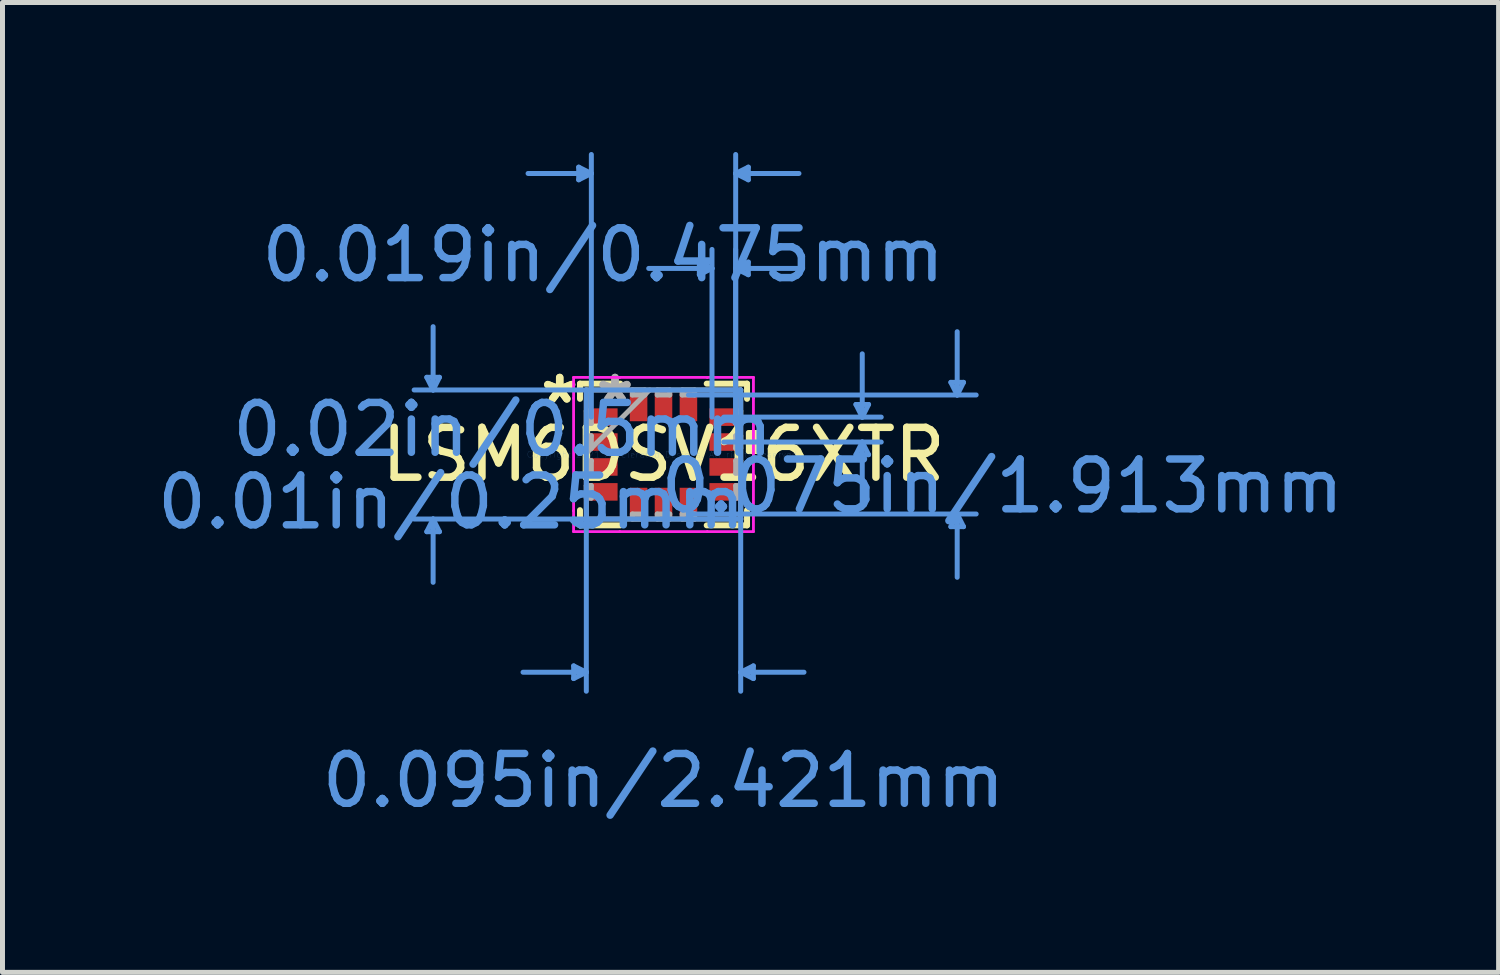
<source format=kicad_pcb>
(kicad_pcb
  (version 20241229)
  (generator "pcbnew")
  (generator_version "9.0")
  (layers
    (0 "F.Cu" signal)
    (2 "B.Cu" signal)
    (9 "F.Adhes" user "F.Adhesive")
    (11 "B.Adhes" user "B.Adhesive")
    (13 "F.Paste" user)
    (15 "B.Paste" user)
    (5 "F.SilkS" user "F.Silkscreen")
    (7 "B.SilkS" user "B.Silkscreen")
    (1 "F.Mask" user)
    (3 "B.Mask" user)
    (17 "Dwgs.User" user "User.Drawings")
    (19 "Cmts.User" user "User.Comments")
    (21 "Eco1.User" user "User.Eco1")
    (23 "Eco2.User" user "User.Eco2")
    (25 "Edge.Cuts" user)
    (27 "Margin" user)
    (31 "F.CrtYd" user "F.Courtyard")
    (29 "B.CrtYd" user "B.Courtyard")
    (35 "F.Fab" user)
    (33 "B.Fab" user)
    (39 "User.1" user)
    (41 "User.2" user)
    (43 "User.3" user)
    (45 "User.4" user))
  (footprint "LSM6DSV16XTR"
    (layer "F.Cu")
    (at 10.264 6.07)
    (property "Reference" "LSM6DSV16XTR" (at 0 0 0) (layer "F.SilkS") (effects (font (size 1 1) (thickness 0.15))))
    (attr through_hole)
    (fp_line (start -1.676 -1.422) (end -1.676 -1.117) (stroke (width 0.12) (type solid)) (layer "F.SilkS"))
    (fp_line (start -1.676 1.117) (end -1.676 1.422) (stroke (width 0.12) (type solid)) (layer "F.SilkS"))
    (fp_line (start -1.676 1.422) (end -0.867 1.422) (stroke (width 0.12) (type solid)) (layer "F.SilkS"))
    (fp_line (start -0.867 -1.422) (end -1.676 -1.422) (stroke (width 0.12) (type solid)) (layer "F.SilkS"))
    (fp_line (start 0.867 1.422) (end 1.676 1.422) (stroke (width 0.12) (type solid)) (layer "F.SilkS"))
    (fp_line (start 1.676 -1.422) (end 0.867 -1.422) (stroke (width 0.12) (type solid)) (layer "F.SilkS"))
    (fp_line (start 1.676 -1.117) (end 1.676 -1.422) (stroke (width 0.12) (type solid)) (layer "F.SilkS"))
    (fp_line (start 1.676 1.422) (end 1.676 1.117) (stroke (width 0.12) (type solid)) (layer "F.SilkS"))
    (fp_poly (pts (xy 1.956 -0.441) (xy 1.956 -0.059) (xy 1.702 -0.059) (xy 1.702 -0.441)) (stroke (width 0.1) (type solid)) (fill yes) (layer "F.SilkS"))
    (fp_line (start -4.75 -1.549) (end -4.496 -1.549) (stroke (width 0.1) (type solid)) (layer "Cmts.User"))
    (fp_line (start -4.75 1.549) (end -4.496 1.549) (stroke (width 0.1) (type solid)) (layer "Cmts.User"))
    (fp_line (start -4.623 -1.295) (end -4.75 -1.549) (stroke (width 0.1) (type solid)) (layer "Cmts.User"))
    (fp_line (start -4.623 -1.295) (end -4.623 -2.565) (stroke (width 0.1) (type solid)) (layer "Cmts.User"))
    (fp_line (start -4.623 -1.295) (end -4.496 -1.549) (stroke (width 0.1) (type solid)) (layer "Cmts.User"))
    (fp_line (start -4.623 1.295) (end -4.75 1.549) (stroke (width 0.1) (type solid)) (layer "Cmts.User"))
    (fp_line (start -4.623 1.295) (end -4.623 2.565) (stroke (width 0.1) (type solid)) (layer "Cmts.User"))
    (fp_line (start -4.623 1.295) (end -4.496 1.549) (stroke (width 0.1) (type solid)) (layer "Cmts.User"))
    (fp_line (start -1.803 4.242) (end -1.803 4.496) (stroke (width 0.1) (type solid)) (layer "Cmts.User"))
    (fp_line (start -1.702 -5.766) (end -1.702 -5.512) (stroke (width 0.1) (type solid)) (layer "Cmts.User"))
    (fp_line (start -1.549 -1.295) (end -1.549 4.75) (stroke (width 0.1) (type solid)) (layer "Cmts.User"))
    (fp_line (start -1.549 4.369) (end -2.819 4.369) (stroke (width 0.1) (type solid)) (layer "Cmts.User"))
    (fp_line (start -1.549 4.369) (end -1.803 4.242) (stroke (width 0.1) (type solid)) (layer "Cmts.User"))
    (fp_line (start -1.549 4.369) (end -1.803 4.496) (stroke (width 0.1) (type solid)) (layer "Cmts.User"))
    (fp_line (start -1.448 -5.639) (end -2.718 -5.639) (stroke (width 0.1) (type solid)) (layer "Cmts.User"))
    (fp_line (start -1.448 -5.639) (end -1.702 -5.766) (stroke (width 0.1) (type solid)) (layer "Cmts.User"))
    (fp_line (start -1.448 -5.639) (end -1.702 -5.512) (stroke (width 0.1) (type solid)) (layer "Cmts.User"))
    (fp_line (start -1.448 -0.75) (end -1.448 -6.02) (stroke (width 0.1) (type solid)) (layer "Cmts.User"))
    (fp_line (start 0.5 -1.194) (end 6.274 -1.194) (stroke (width 0.1) (type solid)) (layer "Cmts.User"))
    (fp_line (start 0.5 1.194) (end 6.274 1.194) (stroke (width 0.1) (type solid)) (layer "Cmts.User"))
    (fp_line (start 0.719 -3.861) (end 0.719 -3.607) (stroke (width 0.1) (type solid)) (layer "Cmts.User"))
    (fp_line (start 0.973 -3.734) (end -0.297 -3.734) (stroke (width 0.1) (type solid)) (layer "Cmts.User"))
    (fp_line (start 0.973 -3.734) (end 0.719 -3.861) (stroke (width 0.1) (type solid)) (layer "Cmts.User"))
    (fp_line (start 0.973 -3.734) (end 0.719 -3.607) (stroke (width 0.1) (type solid)) (layer "Cmts.User"))
    (fp_line (start 0.973 -0.75) (end 0.973 -4.115) (stroke (width 0.1) (type solid)) (layer "Cmts.User"))
    (fp_line (start 1.21 -0.75) (end 4.369 -0.75) (stroke (width 0.1) (type solid)) (layer "Cmts.User"))
    (fp_line (start 1.21 -0.25) (end 4.369 -0.25) (stroke (width 0.1) (type solid)) (layer "Cmts.User"))
    (fp_line (start 1.448 -5.639) (end 1.702 -5.766) (stroke (width 0.1) (type solid)) (layer "Cmts.User"))
    (fp_line (start 1.448 -5.639) (end 1.702 -5.512) (stroke (width 0.1) (type solid)) (layer "Cmts.User"))
    (fp_line (start 1.448 -5.639) (end 2.718 -5.639) (stroke (width 0.1) (type solid)) (layer "Cmts.User"))
    (fp_line (start 1.448 -3.734) (end 1.702 -3.861) (stroke (width 0.1) (type solid)) (layer "Cmts.User"))
    (fp_line (start 1.448 -3.734) (end 1.702 -3.607) (stroke (width 0.1) (type solid)) (layer "Cmts.User"))
    (fp_line (start 1.448 -3.734) (end 2.718 -3.734) (stroke (width 0.1) (type solid)) (layer "Cmts.User"))
    (fp_line (start 1.448 -0.75) (end 1.448 -6.02) (stroke (width 0.1) (type solid)) (layer "Cmts.User"))
    (fp_line (start 1.448 -0.75) (end 1.448 -4.115) (stroke (width 0.1) (type solid)) (layer "Cmts.User"))
    (fp_line (start 1.549 -1.295) (end -5.004 -1.295) (stroke (width 0.1) (type solid)) (layer "Cmts.User"))
    (fp_line (start 1.549 -1.295) (end 1.549 4.75) (stroke (width 0.1) (type solid)) (layer "Cmts.User"))
    (fp_line (start 1.549 1.295) (end -5.004 1.295) (stroke (width 0.1) (type solid)) (layer "Cmts.User"))
    (fp_line (start 1.549 4.369) (end 1.803 4.242) (stroke (width 0.1) (type solid)) (layer "Cmts.User"))
    (fp_line (start 1.549 4.369) (end 1.803 4.496) (stroke (width 0.1) (type solid)) (layer "Cmts.User"))
    (fp_line (start 1.549 4.369) (end 2.819 4.369) (stroke (width 0.1) (type solid)) (layer "Cmts.User"))
    (fp_line (start 1.702 -5.766) (end 1.702 -5.512) (stroke (width 0.1) (type solid)) (layer "Cmts.User"))
    (fp_line (start 1.702 -3.861) (end 1.702 -3.607) (stroke (width 0.1) (type solid)) (layer "Cmts.User"))
    (fp_line (start 1.803 4.242) (end 1.803 4.496) (stroke (width 0.1) (type solid)) (layer "Cmts.User"))
    (fp_line (start 3.861 -1.004) (end 4.115 -1.004) (stroke (width 0.1) (type solid)) (layer "Cmts.User"))
    (fp_line (start 3.861 0.004) (end 4.115 0.004) (stroke (width 0.1) (type solid)) (layer "Cmts.User"))
    (fp_line (start 3.988 -0.75) (end 3.861 -1.004) (stroke (width 0.1) (type solid)) (layer "Cmts.User"))
    (fp_line (start 3.988 -0.75) (end 3.988 -2.02) (stroke (width 0.1) (type solid)) (layer "Cmts.User"))
    (fp_line (start 3.988 -0.75) (end 4.115 -1.004) (stroke (width 0.1) (type solid)) (layer "Cmts.User"))
    (fp_line (start 3.988 -0.25) (end 3.861 0.004) (stroke (width 0.1) (type solid)) (layer "Cmts.User"))
    (fp_line (start 3.988 -0.25) (end 3.988 1.02) (stroke (width 0.1) (type solid)) (layer "Cmts.User"))
    (fp_line (start 3.988 -0.25) (end 4.115 0.004) (stroke (width 0.1) (type solid)) (layer "Cmts.User"))
    (fp_line (start 5.766 -1.448) (end 6.02 -1.448) (stroke (width 0.1) (type solid)) (layer "Cmts.User"))
    (fp_line (start 5.766 1.448) (end 6.02 1.448) (stroke (width 0.1) (type solid)) (layer "Cmts.User"))
    (fp_line (start 5.893 -1.194) (end 5.766 -1.448) (stroke (width 0.1) (type solid)) (layer "Cmts.User"))
    (fp_line (start 5.893 -1.194) (end 5.893 -2.464) (stroke (width 0.1) (type solid)) (layer "Cmts.User"))
    (fp_line (start 5.893 -1.194) (end 6.02 -1.448) (stroke (width 0.1) (type solid)) (layer "Cmts.User"))
    (fp_line (start 5.893 1.194) (end 5.766 1.448) (stroke (width 0.1) (type solid)) (layer "Cmts.User"))
    (fp_line (start 5.893 1.194) (end 5.893 2.464) (stroke (width 0.1) (type solid)) (layer "Cmts.User"))
    (fp_line (start 5.893 1.194) (end 6.02 1.448) (stroke (width 0.1) (type solid)) (layer "Cmts.User"))
    (fp_line (start -1.803 -1.549) (end -0.879 -1.549) (stroke (width 0.05) (type solid)) (layer "F.CrtYd"))
    (fp_line (start -1.803 -1.549) (end -0.879 -1.549) (stroke (width 0.05) (type solid)) (layer "F.CrtYd"))
    (fp_line (start -1.803 -1.129) (end -1.803 -1.549) (stroke (width 0.05) (type solid)) (layer "F.CrtYd"))
    (fp_line (start -1.803 -1.129) (end -1.803 -1.549) (stroke (width 0.05) (type solid)) (layer "F.CrtYd"))
    (fp_line (start -1.803 -1.129) (end -1.803 -1.129) (stroke (width 0.05) (type solid)) (layer "F.CrtYd"))
    (fp_line (start -1.803 -1.129) (end -1.803 -1.129) (stroke (width 0.05) (type solid)) (layer "F.CrtYd"))
    (fp_line (start -1.803 1.129) (end -1.803 -1.129) (stroke (width 0.05) (type solid)) (layer "F.CrtYd"))
    (fp_line (start -1.803 1.129) (end -1.803 -1.129) (stroke (width 0.05) (type solid)) (layer "F.CrtYd"))
    (fp_line (start -1.803 1.129) (end -1.803 1.129) (stroke (width 0.05) (type solid)) (layer "F.CrtYd"))
    (fp_line (start -1.803 1.129) (end -1.803 1.129) (stroke (width 0.05) (type solid)) (layer "F.CrtYd"))
    (fp_line (start -1.803 1.549) (end -1.803 1.129) (stroke (width 0.05) (type solid)) (layer "F.CrtYd"))
    (fp_line (start -1.803 1.549) (end -1.803 1.129) (stroke (width 0.05) (type solid)) (layer "F.CrtYd"))
    (fp_line (start -0.879 -1.549) (end -0.879 -1.549) (stroke (width 0.05) (type solid)) (layer "F.CrtYd"))
    (fp_line (start -0.879 -1.549) (end -0.879 -1.549) (stroke (width 0.05) (type solid)) (layer "F.CrtYd"))
    (fp_line (start -0.879 -1.549) (end 0.879 -1.549) (stroke (width 0.05) (type solid)) (layer "F.CrtYd"))
    (fp_line (start -0.879 -1.549) (end 0.879 -1.549) (stroke (width 0.05) (type solid)) (layer "F.CrtYd"))
    (fp_line (start -0.879 1.549) (end -1.803 1.549) (stroke (width 0.05) (type solid)) (layer "F.CrtYd"))
    (fp_line (start -0.879 1.549) (end -1.803 1.549) (stroke (width 0.05) (type solid)) (layer "F.CrtYd"))
    (fp_line (start -0.879 1.549) (end -0.879 1.549) (stroke (width 0.05) (type solid)) (layer "F.CrtYd"))
    (fp_line (start -0.879 1.549) (end -0.879 1.549) (stroke (width 0.05) (type solid)) (layer "F.CrtYd"))
    (fp_line (start 0.879 -1.549) (end 0.879 -1.549) (stroke (width 0.05) (type solid)) (layer "F.CrtYd"))
    (fp_line (start 0.879 -1.549) (end 0.879 -1.549) (stroke (width 0.05) (type solid)) (layer "F.CrtYd"))
    (fp_line (start 0.879 -1.549) (end 1.803 -1.549) (stroke (width 0.05) (type solid)) (layer "F.CrtYd"))
    (fp_line (start 0.879 -1.549) (end 1.803 -1.549) (stroke (width 0.05) (type solid)) (layer "F.CrtYd"))
    (fp_line (start 0.879 1.549) (end -0.879 1.549) (stroke (width 0.05) (type solid)) (layer "F.CrtYd"))
    (fp_line (start 0.879 1.549) (end -0.879 1.549) (stroke (width 0.05) (type solid)) (layer "F.CrtYd"))
    (fp_line (start 0.879 1.549) (end 0.879 1.549) (stroke (width 0.05) (type solid)) (layer "F.CrtYd"))
    (fp_line (start 0.879 1.549) (end 0.879 1.549) (stroke (width 0.05) (type solid)) (layer "F.CrtYd"))
    (fp_line (start 1.803 -1.549) (end 1.803 -1.129) (stroke (width 0.05) (type solid)) (layer "F.CrtYd"))
    (fp_line (start 1.803 -1.549) (end 1.803 -1.129) (stroke (width 0.05) (type solid)) (layer "F.CrtYd"))
    (fp_line (start 1.803 -1.129) (end 1.803 -1.129) (stroke (width 0.05) (type solid)) (layer "F.CrtYd"))
    (fp_line (start 1.803 -1.129) (end 1.803 -1.129) (stroke (width 0.05) (type solid)) (layer "F.CrtYd"))
    (fp_line (start 1.803 -1.129) (end 1.803 1.129) (stroke (width 0.05) (type solid)) (layer "F.CrtYd"))
    (fp_line (start 1.803 -1.129) (end 1.803 1.129) (stroke (width 0.05) (type solid)) (layer "F.CrtYd"))
    (fp_line (start 1.803 1.129) (end 1.803 1.129) (stroke (width 0.05) (type solid)) (layer "F.CrtYd"))
    (fp_line (start 1.803 1.129) (end 1.803 1.129) (stroke (width 0.05) (type solid)) (layer "F.CrtYd"))
    (fp_line (start 1.803 1.129) (end 1.803 1.549) (stroke (width 0.05) (type solid)) (layer "F.CrtYd"))
    (fp_line (start 1.803 1.129) (end 1.803 1.549) (stroke (width 0.05) (type solid)) (layer "F.CrtYd"))
    (fp_line (start 1.803 1.549) (end 0.879 1.549) (stroke (width 0.05) (type solid)) (layer "F.CrtYd"))
    (fp_line (start 1.803 1.549) (end 0.879 1.549) (stroke (width 0.05) (type solid)) (layer "F.CrtYd"))
    (fp_line (start -1.549 -1.295) (end -1.549 -1.295) (stroke (width 0.1) (type solid)) (layer "F.Fab"))
    (fp_line (start -1.549 -1.295) (end -1.549 1.295) (stroke (width 0.1) (type solid)) (layer "F.Fab"))
    (fp_line (start -1.549 -0.875) (end -1.448 -0.875) (stroke (width 0.1) (type solid)) (layer "F.Fab"))
    (fp_line (start -1.549 -0.625) (end -1.549 -0.875) (stroke (width 0.1) (type solid)) (layer "F.Fab"))
    (fp_line (start -1.549 -0.375) (end -1.448 -0.375) (stroke (width 0.1) (type solid)) (layer "F.Fab"))
    (fp_line (start -1.549 -0.125) (end -1.549 -0.375) (stroke (width 0.1) (type solid)) (layer "F.Fab"))
    (fp_line (start -1.549 -0.025) (end -0.279 -1.295) (stroke (width 0.1) (type solid)) (layer "F.Fab"))
    (fp_line (start -1.549 0.125) (end -1.448 0.125) (stroke (width 0.1) (type solid)) (layer "F.Fab"))
    (fp_line (start -1.549 0.375) (end -1.549 0.125) (stroke (width 0.1) (type solid)) (layer "F.Fab"))
    (fp_line (start -1.549 0.625) (end -1.448 0.625) (stroke (width 0.1) (type solid)) (layer "F.Fab"))
    (fp_line (start -1.549 0.875) (end -1.549 0.625) (stroke (width 0.1) (type solid)) (layer "F.Fab"))
    (fp_line (start -1.549 1.295) (end -1.549 1.295) (stroke (width 0.1) (type solid)) (layer "F.Fab"))
    (fp_line (start -1.549 1.295) (end 1.549 1.295) (stroke (width 0.1) (type solid)) (layer "F.Fab"))
    (fp_line (start -1.448 -0.875) (end -1.448 -0.625) (stroke (width 0.1) (type solid)) (layer "F.Fab"))
    (fp_line (start -1.448 -0.625) (end -1.549 -0.625) (stroke (width 0.1) (type solid)) (layer "F.Fab"))
    (fp_line (start -1.448 -0.375) (end -1.448 -0.125) (stroke (width 0.1) (type solid)) (layer "F.Fab"))
    (fp_line (start -1.448 -0.125) (end -1.549 -0.125) (stroke (width 0.1) (type solid)) (layer "F.Fab"))
    (fp_line (start -1.448 0.125) (end -1.448 0.375) (stroke (width 0.1) (type solid)) (layer "F.Fab"))
    (fp_line (start -1.448 0.375) (end -1.549 0.375) (stroke (width 0.1) (type solid)) (layer "F.Fab"))
    (fp_line (start -1.448 0.625) (end -1.448 0.875) (stroke (width 0.1) (type solid)) (layer "F.Fab"))
    (fp_line (start -1.448 0.875) (end -1.549 0.875) (stroke (width 0.1) (type solid)) (layer "F.Fab"))
    (fp_line (start -0.625 -1.295) (end -0.375 -1.295) (stroke (width 0.1) (type solid)) (layer "F.Fab"))
    (fp_line (start -0.625 -1.194) (end -0.625 -1.295) (stroke (width 0.1) (type solid)) (layer "F.Fab"))
    (fp_line (start -0.625 1.194) (end -0.375 1.194) (stroke (width 0.1) (type solid)) (layer "F.Fab"))
    (fp_line (start -0.625 1.295) (end -0.625 1.194) (stroke (width 0.1) (type solid)) (layer "F.Fab"))
    (fp_line (start -0.375 -1.295) (end -0.375 -1.194) (stroke (width 0.1) (type solid)) (layer "F.Fab"))
    (fp_line (start -0.375 -1.194) (end -0.625 -1.194) (stroke (width 0.1) (type solid)) (layer "F.Fab"))
    (fp_line (start -0.375 1.194) (end -0.375 1.295) (stroke (width 0.1) (type solid)) (layer "F.Fab"))
    (fp_line (start -0.375 1.295) (end -0.625 1.295) (stroke (width 0.1) (type solid)) (layer "F.Fab"))
    (fp_line (start -0.125 -1.295) (end 0.125 -1.295) (stroke (width 0.1) (type solid)) (layer "F.Fab"))
    (fp_line (start -0.125 -1.194) (end -0.125 -1.295) (stroke (width 0.1) (type solid)) (layer "F.Fab"))
    (fp_line (start -0.125 1.194) (end 0.125 1.194) (stroke (width 0.1) (type solid)) (layer "F.Fab"))
    (fp_line (start -0.125 1.295) (end -0.125 1.194) (stroke (width 0.1) (type solid)) (layer "F.Fab"))
    (fp_line (start 0.125 -1.295) (end 0.125 -1.194) (stroke (width 0.1) (type solid)) (layer "F.Fab"))
    (fp_line (start 0.125 -1.194) (end -0.125 -1.194) (stroke (width 0.1) (type solid)) (layer "F.Fab"))
    (fp_line (start 0.125 1.194) (end 0.125 1.295) (stroke (width 0.1) (type solid)) (layer "F.Fab"))
    (fp_line (start 0.125 1.295) (end -0.125 1.295) (stroke (width 0.1) (type solid)) (layer "F.Fab"))
    (fp_line (start 0.375 -1.295) (end 0.625 -1.295) (stroke (width 0.1) (type solid)) (layer "F.Fab"))
    (fp_line (start 0.375 -1.194) (end 0.375 -1.295) (stroke (width 0.1) (type solid)) (layer "F.Fab"))
    (fp_line (start 0.375 1.194) (end 0.625 1.194) (stroke (width 0.1) (type solid)) (layer "F.Fab"))
    (fp_line (start 0.375 1.295) (end 0.375 1.194) (stroke (width 0.1) (type solid)) (layer "F.Fab"))
    (fp_line (start 0.625 -1.295) (end 0.625 -1.194) (stroke (width 0.1) (type solid)) (layer "F.Fab"))
    (fp_line (start 0.625 -1.194) (end 0.375 -1.194) (stroke (width 0.1) (type solid)) (layer "F.Fab"))
    (fp_line (start 0.625 1.194) (end 0.625 1.295) (stroke (width 0.1) (type solid)) (layer "F.Fab"))
    (fp_line (start 0.625 1.295) (end 0.375 1.295) (stroke (width 0.1) (type solid)) (layer "F.Fab"))
    (fp_line (start 1.448 -0.875) (end 1.549 -0.875) (stroke (width 0.1) (type solid)) (layer "F.Fab"))
    (fp_line (start 1.448 -0.625) (end 1.448 -0.875) (stroke (width 0.1) (type solid)) (layer "F.Fab"))
    (fp_line (start 1.448 -0.375) (end 1.549 -0.375) (stroke (width 0.1) (type solid)) (layer "F.Fab"))
    (fp_line (start 1.448 -0.125) (end 1.448 -0.375) (stroke (width 0.1) (type solid)) (layer "F.Fab"))
    (fp_line (start 1.448 0.125) (end 1.549 0.125) (stroke (width 0.1) (type solid)) (layer "F.Fab"))
    (fp_line (start 1.448 0.375) (end 1.448 0.125) (stroke (width 0.1) (type solid)) (layer "F.Fab"))
    (fp_line (start 1.448 0.625) (end 1.549 0.625) (stroke (width 0.1) (type solid)) (layer "F.Fab"))
    (fp_line (start 1.448 0.875) (end 1.448 0.625) (stroke (width 0.1) (type solid)) (layer "F.Fab"))
    (fp_line (start 1.549 -1.295) (end -1.549 -1.295) (stroke (width 0.1) (type solid)) (layer "F.Fab"))
    (fp_line (start 1.549 -1.295) (end 1.549 -1.295) (stroke (width 0.1) (type solid)) (layer "F.Fab"))
    (fp_line (start 1.549 -0.875) (end 1.549 -0.625) (stroke (width 0.1) (type solid)) (layer "F.Fab"))
    (fp_line (start 1.549 -0.625) (end 1.448 -0.625) (stroke (width 0.1) (type solid)) (layer "F.Fab"))
    (fp_line (start 1.549 -0.375) (end 1.549 -0.125) (stroke (width 0.1) (type solid)) (layer "F.Fab"))
    (fp_line (start 1.549 -0.125) (end 1.448 -0.125) (stroke (width 0.1) (type solid)) (layer "F.Fab"))
    (fp_line (start 1.549 0.125) (end 1.549 0.375) (stroke (width 0.1) (type solid)) (layer "F.Fab"))
    (fp_line (start 1.549 0.375) (end 1.448 0.375) (stroke (width 0.1) (type solid)) (layer "F.Fab"))
    (fp_line (start 1.549 0.625) (end 1.549 0.875) (stroke (width 0.1) (type solid)) (layer "F.Fab"))
    (fp_line (start 1.549 0.875) (end 1.448 0.875) (stroke (width 0.1) (type solid)) (layer "F.Fab"))
    (fp_line (start 1.549 1.295) (end 1.549 -1.295) (stroke (width 0.1) (type solid)) (layer "F.Fab"))
    (fp_line (start 1.549 1.295) (end 1.549 1.295) (stroke (width 0.1) (type solid)) (layer "F.Fab"))
    (fp_text user "*" (at -2.083 -1 0) (layer "F.SilkS") (effects (font (size 1 1) (thickness 0.15))))
    (fp_text user "*" (at -2.083 -1 0) (layer "F.SilkS") (effects (font (size 1 1) (thickness 0.15))))
    (fp_text user "0.02in/0.5mm" (at -3.226 -0.5 0) (layer "Cmts.User") (effects (font (size 1 1) (thickness 0.15))))
    (fp_text user "0.075in/1.913mm" (at 6.798 0.635 0) (layer "Cmts.User") (effects (font (size 1 1) (thickness 0.15))))
    (fp_text user "0.01in/0.25mm" (at -4.258 0.956 0) (layer "Cmts.User") (effects (font (size 1 1) (thickness 0.15))))
    (fp_text user "Copyright 2021 Accelerated Designs. All rights reserved." (at 0 0 0) (layer "Cmts.User") (effects (font (size 0.127 0.127) (thickness 0.002))))
    (fp_text user "0.019in/0.475mm" (at -1.21 -4.004 0) (layer "Cmts.User") (effects (font (size 1 1) (thickness 0.15))))
    (fp_text user "0.095in/2.421mm" (at 0 6.544 0) (layer "Cmts.User") (effects (font (size 1 1) (thickness 0.15))))
    (fp_text user "*" (at -0.973 -1 0) (layer "F.Fab") (effects (font (size 1 1) (thickness 0.15))))
    (fp_text user "*" (at -0.973 -1 0) (layer "F.Fab") (effects (font (size 1 1) (thickness 0.15))))
    (pad "1" smd rect (at -1.21 -0.75 90) (size 0.352 0.577) (layers "F.Cu" "F.Mask" "F.Paste"))
    (pad "2" smd rect (at -1.21 -0.25 90) (size 0.352 0.577) (layers "F.Cu" "F.Mask" "F.Paste"))
    (pad "3" smd rect (at -1.21 0.25 90) (size 0.352 0.577) (layers "F.Cu" "F.Mask" "F.Paste"))
    (pad "4" smd rect (at -1.21 0.75 90) (size 0.352 0.577) (layers "F.Cu" "F.Mask" "F.Paste"))
    (pad "5" smd rect (at -0.5 0.956) (size 0.352 0.577) (layers "F.Cu" "F.Mask" "F.Paste"))
    (pad "6" smd rect (at 0 0.956) (size 0.352 0.577) (layers "F.Cu" "F.Mask" "F.Paste"))
    (pad "7" smd rect (at 0.5 0.956) (size 0.352 0.577) (layers "F.Cu" "F.Mask" "F.Paste"))
    (pad "8" smd rect (at 1.21 0.75 90) (size 0.352 0.577) (layers "F.Cu" "F.Mask" "F.Paste"))
    (pad "9" smd rect (at 1.21 0.25 90) (size 0.352 0.577) (layers "F.Cu" "F.Mask" "F.Paste"))
    (pad "10" smd rect (at 1.21 -0.25 90) (size 0.352 0.577) (layers "F.Cu" "F.Mask" "F.Paste"))
    (pad "11" smd rect (at 1.21 -0.75 90) (size 0.352 0.577) (layers "F.Cu" "F.Mask" "F.Paste"))
    (pad "12" smd rect (at 0.5 -0.956) (size 0.352 0.577) (layers "F.Cu" "F.Mask" "F.Paste"))
    (pad "13" smd rect (at 0 -0.956) (size 0.352 0.577) (layers "F.Cu" "F.Mask" "F.Paste"))
    (pad "14" smd rect (at -0.5 -0.956) (size 0.352 0.577) (layers "F.Cu" "F.Mask" "F.Paste")))
  (gr_rect
    (start -3 -3)
    (end 27.021 16.462)
    (stroke (width 0.1) (type default))
    (fill no)
    (layer "Edge.Cuts")))
</source>
